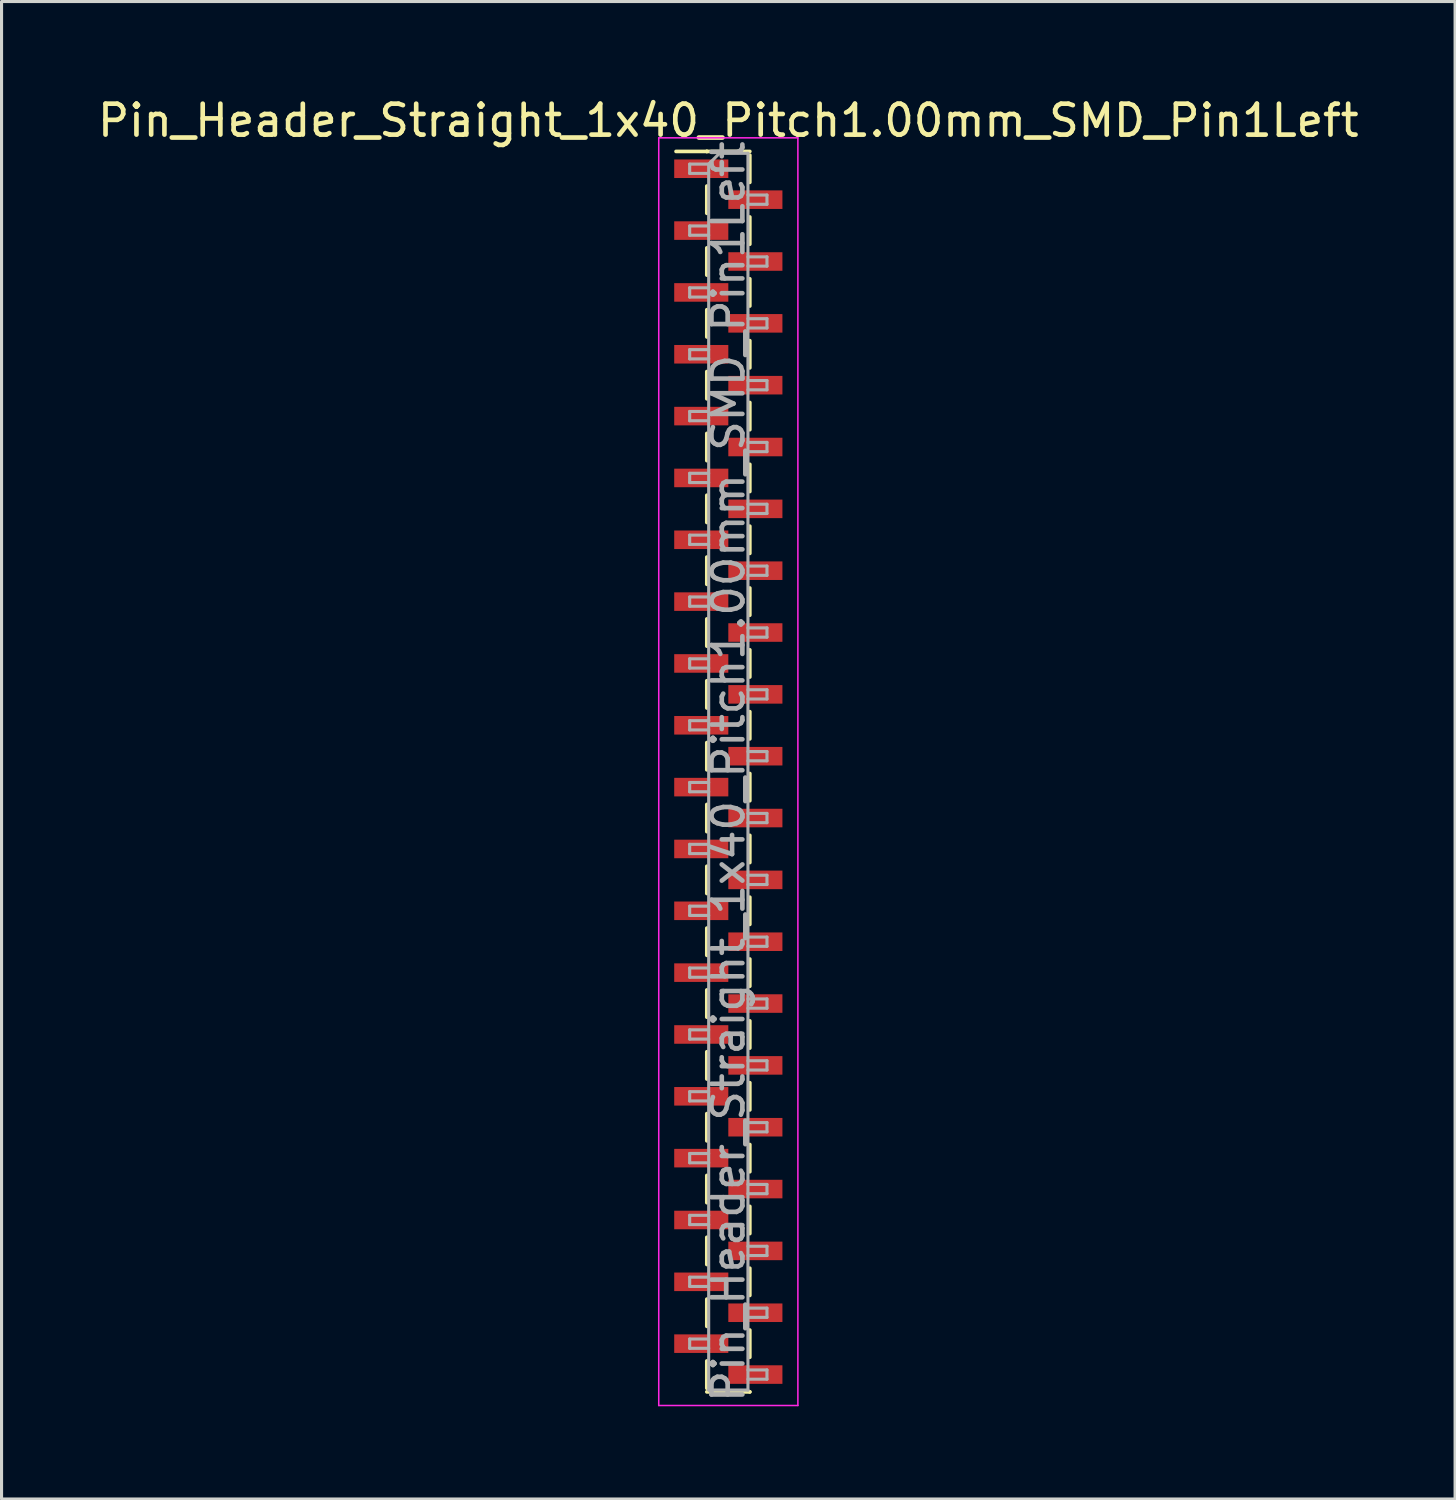
<source format=kicad_pcb>
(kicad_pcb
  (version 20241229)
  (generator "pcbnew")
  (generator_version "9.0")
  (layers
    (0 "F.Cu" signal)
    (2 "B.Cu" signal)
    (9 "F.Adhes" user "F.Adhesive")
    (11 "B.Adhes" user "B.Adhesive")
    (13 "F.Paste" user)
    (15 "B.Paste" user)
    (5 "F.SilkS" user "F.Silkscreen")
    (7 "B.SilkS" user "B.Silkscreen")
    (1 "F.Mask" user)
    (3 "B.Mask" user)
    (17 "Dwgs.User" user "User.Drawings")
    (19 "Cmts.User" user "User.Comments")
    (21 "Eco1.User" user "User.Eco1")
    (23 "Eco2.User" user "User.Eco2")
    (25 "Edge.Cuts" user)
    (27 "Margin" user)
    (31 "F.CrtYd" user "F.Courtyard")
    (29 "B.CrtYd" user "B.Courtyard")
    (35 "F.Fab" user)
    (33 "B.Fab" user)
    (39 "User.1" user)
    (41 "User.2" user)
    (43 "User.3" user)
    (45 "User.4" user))
  (footprint "Pin_Header_Straight_1x40_Pitch1.00mm_SMD_Pin1Left"
    (layer "F.Cu")
    (at 20.506 21.908)
    (property "Reference" "Pin_Header_Straight_1x40_Pitch1.00mm_SMD_Pin1Left" (at 0 -21.06 0) (layer "F.SilkS") (effects (font (size 1 1) (thickness 0.15))))
    (attr smd)
    (fp_line (start -0.695 -20.06) (end -1.69 -20.06) (stroke (width 0.12) (type solid)) (layer "F.SilkS"))
    (fp_line (start -0.695 -20.06) (end -0.695 -20.06) (stroke (width 0.12) (type solid)) (layer "F.SilkS"))
    (fp_line (start -0.695 -20.06) (end 0.695 -20.06) (stroke (width 0.12) (type solid)) (layer "F.SilkS"))
    (fp_line (start -0.695 -18.94) (end -0.695 -18.06) (stroke (width 0.12) (type solid)) (layer "F.SilkS"))
    (fp_line (start -0.695 -16.94) (end -0.695 -16.06) (stroke (width 0.12) (type solid)) (layer "F.SilkS"))
    (fp_line (start -0.695 -14.94) (end -0.695 -14.06) (stroke (width 0.12) (type solid)) (layer "F.SilkS"))
    (fp_line (start -0.695 -12.94) (end -0.695 -12.06) (stroke (width 0.12) (type solid)) (layer "F.SilkS"))
    (fp_line (start -0.695 -10.94) (end -0.695 -10.06) (stroke (width 0.12) (type solid)) (layer "F.SilkS"))
    (fp_line (start -0.695 -8.94) (end -0.695 -8.06) (stroke (width 0.12) (type solid)) (layer "F.SilkS"))
    (fp_line (start -0.695 -6.94) (end -0.695 -6.06) (stroke (width 0.12) (type solid)) (layer "F.SilkS"))
    (fp_line (start -0.695 -4.94) (end -0.695 -4.06) (stroke (width 0.12) (type solid)) (layer "F.SilkS"))
    (fp_line (start -0.695 -2.94) (end -0.695 -2.06) (stroke (width 0.12) (type solid)) (layer "F.SilkS"))
    (fp_line (start -0.695 -0.94) (end -0.695 -0.06) (stroke (width 0.12) (type solid)) (layer "F.SilkS"))
    (fp_line (start -0.695 1.06) (end -0.695 1.94) (stroke (width 0.12) (type solid)) (layer "F.SilkS"))
    (fp_line (start -0.695 3.06) (end -0.695 3.94) (stroke (width 0.12) (type solid)) (layer "F.SilkS"))
    (fp_line (start -0.695 5.06) (end -0.695 5.94) (stroke (width 0.12) (type solid)) (layer "F.SilkS"))
    (fp_line (start -0.695 7.06) (end -0.695 7.94) (stroke (width 0.12) (type solid)) (layer "F.SilkS"))
    (fp_line (start -0.695 9.06) (end -0.695 9.94) (stroke (width 0.12) (type solid)) (layer "F.SilkS"))
    (fp_line (start -0.695 11.06) (end -0.695 11.94) (stroke (width 0.12) (type solid)) (layer "F.SilkS"))
    (fp_line (start -0.695 13.06) (end -0.695 13.94) (stroke (width 0.12) (type solid)) (layer "F.SilkS"))
    (fp_line (start -0.695 15.06) (end -0.695 15.94) (stroke (width 0.12) (type solid)) (layer "F.SilkS"))
    (fp_line (start -0.695 17.06) (end -0.695 17.94) (stroke (width 0.12) (type solid)) (layer "F.SilkS"))
    (fp_line (start -0.695 19.06) (end -0.695 19.94) (stroke (width 0.12) (type solid)) (layer "F.SilkS"))
    (fp_line (start -0.695 20.06) (end 0.695 20.06) (stroke (width 0.12) (type solid)) (layer "F.SilkS"))
    (fp_line (start 0.695 -19.94) (end 0.695 -19.06) (stroke (width 0.12) (type solid)) (layer "F.SilkS"))
    (fp_line (start 0.695 -17.94) (end 0.695 -17.06) (stroke (width 0.12) (type solid)) (layer "F.SilkS"))
    (fp_line (start 0.695 -15.94) (end 0.695 -15.06) (stroke (width 0.12) (type solid)) (layer "F.SilkS"))
    (fp_line (start 0.695 -13.94) (end 0.695 -13.06) (stroke (width 0.12) (type solid)) (layer "F.SilkS"))
    (fp_line (start 0.695 -11.94) (end 0.695 -11.06) (stroke (width 0.12) (type solid)) (layer "F.SilkS"))
    (fp_line (start 0.695 -9.94) (end 0.695 -9.06) (stroke (width 0.12) (type solid)) (layer "F.SilkS"))
    (fp_line (start 0.695 -7.94) (end 0.695 -7.06) (stroke (width 0.12) (type solid)) (layer "F.SilkS"))
    (fp_line (start 0.695 -5.94) (end 0.695 -5.06) (stroke (width 0.12) (type solid)) (layer "F.SilkS"))
    (fp_line (start 0.695 -3.94) (end 0.695 -3.06) (stroke (width 0.12) (type solid)) (layer "F.SilkS"))
    (fp_line (start 0.695 -1.94) (end 0.695 -1.06) (stroke (width 0.12) (type solid)) (layer "F.SilkS"))
    (fp_line (start 0.695 0.06) (end 0.695 0.94) (stroke (width 0.12) (type solid)) (layer "F.SilkS"))
    (fp_line (start 0.695 2.06) (end 0.695 2.94) (stroke (width 0.12) (type solid)) (layer "F.SilkS"))
    (fp_line (start 0.695 4.06) (end 0.695 4.94) (stroke (width 0.12) (type solid)) (layer "F.SilkS"))
    (fp_line (start 0.695 6.06) (end 0.695 6.94) (stroke (width 0.12) (type solid)) (layer "F.SilkS"))
    (fp_line (start 0.695 8.06) (end 0.695 8.94) (stroke (width 0.12) (type solid)) (layer "F.SilkS"))
    (fp_line (start 0.695 10.06) (end 0.695 10.94) (stroke (width 0.12) (type solid)) (layer "F.SilkS"))
    (fp_line (start 0.695 12.06) (end 0.695 12.94) (stroke (width 0.12) (type solid)) (layer "F.SilkS"))
    (fp_line (start 0.695 14.06) (end 0.695 14.94) (stroke (width 0.12) (type solid)) (layer "F.SilkS"))
    (fp_line (start 0.695 16.06) (end 0.695 16.94) (stroke (width 0.12) (type solid)) (layer "F.SilkS"))
    (fp_line (start 0.695 18.06) (end 0.695 18.94) (stroke (width 0.12) (type solid)) (layer "F.SilkS"))
    (fp_line (start 0.695 20.06) (end 0.695 20.06) (stroke (width 0.12) (type solid)) (layer "F.SilkS"))
    (fp_line (start -2.25 -20.5) (end -2.25 20.5) (stroke (width 0.05) (type solid)) (layer "F.CrtYd"))
    (fp_line (start -2.25 20.5) (end 2.25 20.5) (stroke (width 0.05) (type solid)) (layer "F.CrtYd"))
    (fp_line (start 2.25 -20.5) (end -2.25 -20.5) (stroke (width 0.05) (type solid)) (layer "F.CrtYd"))
    (fp_line (start 2.25 20.5) (end 2.25 -20.5) (stroke (width 0.05) (type solid)) (layer "F.CrtYd"))
    (fp_line (start -1.25 -19.65) (end -1.25 -19.35) (stroke (width 0.1) (type solid)) (layer "F.Fab"))
    (fp_line (start -1.25 -19.35) (end -0.635 -19.35) (stroke (width 0.1) (type solid)) (layer "F.Fab"))
    (fp_line (start -1.25 -17.65) (end -1.25 -17.35) (stroke (width 0.1) (type solid)) (layer "F.Fab"))
    (fp_line (start -1.25 -17.35) (end -0.635 -17.35) (stroke (width 0.1) (type solid)) (layer "F.Fab"))
    (fp_line (start -1.25 -15.65) (end -1.25 -15.35) (stroke (width 0.1) (type solid)) (layer "F.Fab"))
    (fp_line (start -1.25 -15.35) (end -0.635 -15.35) (stroke (width 0.1) (type solid)) (layer "F.Fab"))
    (fp_line (start -1.25 -13.65) (end -1.25 -13.35) (stroke (width 0.1) (type solid)) (layer "F.Fab"))
    (fp_line (start -1.25 -13.35) (end -0.635 -13.35) (stroke (width 0.1) (type solid)) (layer "F.Fab"))
    (fp_line (start -1.25 -11.65) (end -1.25 -11.35) (stroke (width 0.1) (type solid)) (layer "F.Fab"))
    (fp_line (start -1.25 -11.35) (end -0.635 -11.35) (stroke (width 0.1) (type solid)) (layer "F.Fab"))
    (fp_line (start -1.25 -9.65) (end -1.25 -9.35) (stroke (width 0.1) (type solid)) (layer "F.Fab"))
    (fp_line (start -1.25 -9.35) (end -0.635 -9.35) (stroke (width 0.1) (type solid)) (layer "F.Fab"))
    (fp_line (start -1.25 -7.65) (end -1.25 -7.35) (stroke (width 0.1) (type solid)) (layer "F.Fab"))
    (fp_line (start -1.25 -7.35) (end -0.635 -7.35) (stroke (width 0.1) (type solid)) (layer "F.Fab"))
    (fp_line (start -1.25 -5.65) (end -1.25 -5.35) (stroke (width 0.1) (type solid)) (layer "F.Fab"))
    (fp_line (start -1.25 -5.35) (end -0.635 -5.35) (stroke (width 0.1) (type solid)) (layer "F.Fab"))
    (fp_line (start -1.25 -3.65) (end -1.25 -3.35) (stroke (width 0.1) (type solid)) (layer "F.Fab"))
    (fp_line (start -1.25 -3.35) (end -0.635 -3.35) (stroke (width 0.1) (type solid)) (layer "F.Fab"))
    (fp_line (start -1.25 -1.65) (end -1.25 -1.35) (stroke (width 0.1) (type solid)) (layer "F.Fab"))
    (fp_line (start -1.25 -1.35) (end -0.635 -1.35) (stroke (width 0.1) (type solid)) (layer "F.Fab"))
    (fp_line (start -1.25 0.35) (end -1.25 0.65) (stroke (width 0.1) (type solid)) (layer "F.Fab"))
    (fp_line (start -1.25 0.65) (end -0.635 0.65) (stroke (width 0.1) (type solid)) (layer "F.Fab"))
    (fp_line (start -1.25 2.35) (end -1.25 2.65) (stroke (width 0.1) (type solid)) (layer "F.Fab"))
    (fp_line (start -1.25 2.65) (end -0.635 2.65) (stroke (width 0.1) (type solid)) (layer "F.Fab"))
    (fp_line (start -1.25 4.35) (end -1.25 4.65) (stroke (width 0.1) (type solid)) (layer "F.Fab"))
    (fp_line (start -1.25 4.65) (end -0.635 4.65) (stroke (width 0.1) (type solid)) (layer "F.Fab"))
    (fp_line (start -1.25 6.35) (end -1.25 6.65) (stroke (width 0.1) (type solid)) (layer "F.Fab"))
    (fp_line (start -1.25 6.65) (end -0.635 6.65) (stroke (width 0.1) (type solid)) (layer "F.Fab"))
    (fp_line (start -1.25 8.35) (end -1.25 8.65) (stroke (width 0.1) (type solid)) (layer "F.Fab"))
    (fp_line (start -1.25 8.65) (end -0.635 8.65) (stroke (width 0.1) (type solid)) (layer "F.Fab"))
    (fp_line (start -1.25 10.35) (end -1.25 10.65) (stroke (width 0.1) (type solid)) (layer "F.Fab"))
    (fp_line (start -1.25 10.65) (end -0.635 10.65) (stroke (width 0.1) (type solid)) (layer "F.Fab"))
    (fp_line (start -1.25 12.35) (end -1.25 12.65) (stroke (width 0.1) (type solid)) (layer "F.Fab"))
    (fp_line (start -1.25 12.65) (end -0.635 12.65) (stroke (width 0.1) (type solid)) (layer "F.Fab"))
    (fp_line (start -1.25 14.35) (end -1.25 14.65) (stroke (width 0.1) (type solid)) (layer "F.Fab"))
    (fp_line (start -1.25 14.65) (end -0.635 14.65) (stroke (width 0.1) (type solid)) (layer "F.Fab"))
    (fp_line (start -1.25 16.35) (end -1.25 16.65) (stroke (width 0.1) (type solid)) (layer "F.Fab"))
    (fp_line (start -1.25 16.65) (end -0.635 16.65) (stroke (width 0.1) (type solid)) (layer "F.Fab"))
    (fp_line (start -1.25 18.35) (end -1.25 18.65) (stroke (width 0.1) (type solid)) (layer "F.Fab"))
    (fp_line (start -1.25 18.65) (end -0.635 18.65) (stroke (width 0.1) (type solid)) (layer "F.Fab"))
    (fp_line (start -0.635 -19.65) (end -1.25 -19.65) (stroke (width 0.1) (type solid)) (layer "F.Fab"))
    (fp_line (start -0.635 -19.65) (end -0.285 -20) (stroke (width 0.1) (type solid)) (layer "F.Fab"))
    (fp_line (start -0.635 -17.65) (end -1.25 -17.65) (stroke (width 0.1) (type solid)) (layer "F.Fab"))
    (fp_line (start -0.635 -15.65) (end -1.25 -15.65) (stroke (width 0.1) (type solid)) (layer "F.Fab"))
    (fp_line (start -0.635 -13.65) (end -1.25 -13.65) (stroke (width 0.1) (type solid)) (layer "F.Fab"))
    (fp_line (start -0.635 -11.65) (end -1.25 -11.65) (stroke (width 0.1) (type solid)) (layer "F.Fab"))
    (fp_line (start -0.635 -9.65) (end -1.25 -9.65) (stroke (width 0.1) (type solid)) (layer "F.Fab"))
    (fp_line (start -0.635 -7.65) (end -1.25 -7.65) (stroke (width 0.1) (type solid)) (layer "F.Fab"))
    (fp_line (start -0.635 -5.65) (end -1.25 -5.65) (stroke (width 0.1) (type solid)) (layer "F.Fab"))
    (fp_line (start -0.635 -3.65) (end -1.25 -3.65) (stroke (width 0.1) (type solid)) (layer "F.Fab"))
    (fp_line (start -0.635 -1.65) (end -1.25 -1.65) (stroke (width 0.1) (type solid)) (layer "F.Fab"))
    (fp_line (start -0.635 0.35) (end -1.25 0.35) (stroke (width 0.1) (type solid)) (layer "F.Fab"))
    (fp_line (start -0.635 2.35) (end -1.25 2.35) (stroke (width 0.1) (type solid)) (layer "F.Fab"))
    (fp_line (start -0.635 4.35) (end -1.25 4.35) (stroke (width 0.1) (type solid)) (layer "F.Fab"))
    (fp_line (start -0.635 6.35) (end -1.25 6.35) (stroke (width 0.1) (type solid)) (layer "F.Fab"))
    (fp_line (start -0.635 8.35) (end -1.25 8.35) (stroke (width 0.1) (type solid)) (layer "F.Fab"))
    (fp_line (start -0.635 10.35) (end -1.25 10.35) (stroke (width 0.1) (type solid)) (layer "F.Fab"))
    (fp_line (start -0.635 12.35) (end -1.25 12.35) (stroke (width 0.1) (type solid)) (layer "F.Fab"))
    (fp_line (start -0.635 14.35) (end -1.25 14.35) (stroke (width 0.1) (type solid)) (layer "F.Fab"))
    (fp_line (start -0.635 16.35) (end -1.25 16.35) (stroke (width 0.1) (type solid)) (layer "F.Fab"))
    (fp_line (start -0.635 18.35) (end -1.25 18.35) (stroke (width 0.1) (type solid)) (layer "F.Fab"))
    (fp_line (start -0.635 20) (end -0.635 -19.65) (stroke (width 0.1) (type solid)) (layer "F.Fab"))
    (fp_line (start -0.285 -20) (end 0.635 -20) (stroke (width 0.1) (type solid)) (layer "F.Fab"))
    (fp_line (start 0.635 -20) (end 0.635 20) (stroke (width 0.1) (type solid)) (layer "F.Fab"))
    (fp_line (start 0.635 -18.65) (end 1.25 -18.65) (stroke (width 0.1) (type solid)) (layer "F.Fab"))
    (fp_line (start 0.635 -16.65) (end 1.25 -16.65) (stroke (width 0.1) (type solid)) (layer "F.Fab"))
    (fp_line (start 0.635 -14.65) (end 1.25 -14.65) (stroke (width 0.1) (type solid)) (layer "F.Fab"))
    (fp_line (start 0.635 -12.65) (end 1.25 -12.65) (stroke (width 0.1) (type solid)) (layer "F.Fab"))
    (fp_line (start 0.635 -10.65) (end 1.25 -10.65) (stroke (width 0.1) (type solid)) (layer "F.Fab"))
    (fp_line (start 0.635 -8.65) (end 1.25 -8.65) (stroke (width 0.1) (type solid)) (layer "F.Fab"))
    (fp_line (start 0.635 -6.65) (end 1.25 -6.65) (stroke (width 0.1) (type solid)) (layer "F.Fab"))
    (fp_line (start 0.635 -4.65) (end 1.25 -4.65) (stroke (width 0.1) (type solid)) (layer "F.Fab"))
    (fp_line (start 0.635 -2.65) (end 1.25 -2.65) (stroke (width 0.1) (type solid)) (layer "F.Fab"))
    (fp_line (start 0.635 -0.65) (end 1.25 -0.65) (stroke (width 0.1) (type solid)) (layer "F.Fab"))
    (fp_line (start 0.635 1.35) (end 1.25 1.35) (stroke (width 0.1) (type solid)) (layer "F.Fab"))
    (fp_line (start 0.635 3.35) (end 1.25 3.35) (stroke (width 0.1) (type solid)) (layer "F.Fab"))
    (fp_line (start 0.635 5.35) (end 1.25 5.35) (stroke (width 0.1) (type solid)) (layer "F.Fab"))
    (fp_line (start 0.635 7.35) (end 1.25 7.35) (stroke (width 0.1) (type solid)) (layer "F.Fab"))
    (fp_line (start 0.635 9.35) (end 1.25 9.35) (stroke (width 0.1) (type solid)) (layer "F.Fab"))
    (fp_line (start 0.635 11.35) (end 1.25 11.35) (stroke (width 0.1) (type solid)) (layer "F.Fab"))
    (fp_line (start 0.635 13.35) (end 1.25 13.35) (stroke (width 0.1) (type solid)) (layer "F.Fab"))
    (fp_line (start 0.635 15.35) (end 1.25 15.35) (stroke (width 0.1) (type solid)) (layer "F.Fab"))
    (fp_line (start 0.635 17.35) (end 1.25 17.35) (stroke (width 0.1) (type solid)) (layer "F.Fab"))
    (fp_line (start 0.635 19.35) (end 1.25 19.35) (stroke (width 0.1) (type solid)) (layer "F.Fab"))
    (fp_line (start 0.635 20) (end -0.635 20) (stroke (width 0.1) (type solid)) (layer "F.Fab"))
    (fp_line (start 1.25 -18.65) (end 1.25 -18.35) (stroke (width 0.1) (type solid)) (layer "F.Fab"))
    (fp_line (start 1.25 -18.35) (end 0.635 -18.35) (stroke (width 0.1) (type solid)) (layer "F.Fab"))
    (fp_line (start 1.25 -16.65) (end 1.25 -16.35) (stroke (width 0.1) (type solid)) (layer "F.Fab"))
    (fp_line (start 1.25 -16.35) (end 0.635 -16.35) (stroke (width 0.1) (type solid)) (layer "F.Fab"))
    (fp_line (start 1.25 -14.65) (end 1.25 -14.35) (stroke (width 0.1) (type solid)) (layer "F.Fab"))
    (fp_line (start 1.25 -14.35) (end 0.635 -14.35) (stroke (width 0.1) (type solid)) (layer "F.Fab"))
    (fp_line (start 1.25 -12.65) (end 1.25 -12.35) (stroke (width 0.1) (type solid)) (layer "F.Fab"))
    (fp_line (start 1.25 -12.35) (end 0.635 -12.35) (stroke (width 0.1) (type solid)) (layer "F.Fab"))
    (fp_line (start 1.25 -10.65) (end 1.25 -10.35) (stroke (width 0.1) (type solid)) (layer "F.Fab"))
    (fp_line (start 1.25 -10.35) (end 0.635 -10.35) (stroke (width 0.1) (type solid)) (layer "F.Fab"))
    (fp_line (start 1.25 -8.65) (end 1.25 -8.35) (stroke (width 0.1) (type solid)) (layer "F.Fab"))
    (fp_line (start 1.25 -8.35) (end 0.635 -8.35) (stroke (width 0.1) (type solid)) (layer "F.Fab"))
    (fp_line (start 1.25 -6.65) (end 1.25 -6.35) (stroke (width 0.1) (type solid)) (layer "F.Fab"))
    (fp_line (start 1.25 -6.35) (end 0.635 -6.35) (stroke (width 0.1) (type solid)) (layer "F.Fab"))
    (fp_line (start 1.25 -4.65) (end 1.25 -4.35) (stroke (width 0.1) (type solid)) (layer "F.Fab"))
    (fp_line (start 1.25 -4.35) (end 0.635 -4.35) (stroke (width 0.1) (type solid)) (layer "F.Fab"))
    (fp_line (start 1.25 -2.65) (end 1.25 -2.35) (stroke (width 0.1) (type solid)) (layer "F.Fab"))
    (fp_line (start 1.25 -2.35) (end 0.635 -2.35) (stroke (width 0.1) (type solid)) (layer "F.Fab"))
    (fp_line (start 1.25 -0.65) (end 1.25 -0.35) (stroke (width 0.1) (type solid)) (layer "F.Fab"))
    (fp_line (start 1.25 -0.35) (end 0.635 -0.35) (stroke (width 0.1) (type solid)) (layer "F.Fab"))
    (fp_line (start 1.25 1.35) (end 1.25 1.65) (stroke (width 0.1) (type solid)) (layer "F.Fab"))
    (fp_line (start 1.25 1.65) (end 0.635 1.65) (stroke (width 0.1) (type solid)) (layer "F.Fab"))
    (fp_line (start 1.25 3.35) (end 1.25 3.65) (stroke (width 0.1) (type solid)) (layer "F.Fab"))
    (fp_line (start 1.25 3.65) (end 0.635 3.65) (stroke (width 0.1) (type solid)) (layer "F.Fab"))
    (fp_line (start 1.25 5.35) (end 1.25 5.65) (stroke (width 0.1) (type solid)) (layer "F.Fab"))
    (fp_line (start 1.25 5.65) (end 0.635 5.65) (stroke (width 0.1) (type solid)) (layer "F.Fab"))
    (fp_line (start 1.25 7.35) (end 1.25 7.65) (stroke (width 0.1) (type solid)) (layer "F.Fab"))
    (fp_line (start 1.25 7.65) (end 0.635 7.65) (stroke (width 0.1) (type solid)) (layer "F.Fab"))
    (fp_line (start 1.25 9.35) (end 1.25 9.65) (stroke (width 0.1) (type solid)) (layer "F.Fab"))
    (fp_line (start 1.25 9.65) (end 0.635 9.65) (stroke (width 0.1) (type solid)) (layer "F.Fab"))
    (fp_line (start 1.25 11.35) (end 1.25 11.65) (stroke (width 0.1) (type solid)) (layer "F.Fab"))
    (fp_line (start 1.25 11.65) (end 0.635 11.65) (stroke (width 0.1) (type solid)) (layer "F.Fab"))
    (fp_line (start 1.25 13.35) (end 1.25 13.65) (stroke (width 0.1) (type solid)) (layer "F.Fab"))
    (fp_line (start 1.25 13.65) (end 0.635 13.65) (stroke (width 0.1) (type solid)) (layer "F.Fab"))
    (fp_line (start 1.25 15.35) (end 1.25 15.65) (stroke (width 0.1) (type solid)) (layer "F.Fab"))
    (fp_line (start 1.25 15.65) (end 0.635 15.65) (stroke (width 0.1) (type solid)) (layer "F.Fab"))
    (fp_line (start 1.25 17.35) (end 1.25 17.65) (stroke (width 0.1) (type solid)) (layer "F.Fab"))
    (fp_line (start 1.25 17.65) (end 0.635 17.65) (stroke (width 0.1) (type solid)) (layer "F.Fab"))
    (fp_line (start 1.25 19.35) (end 1.25 19.65) (stroke (width 0.1) (type solid)) (layer "F.Fab"))
    (fp_line (start 1.25 19.65) (end 0.635 19.65) (stroke (width 0.1) (type solid)) (layer "F.Fab"))
    (fp_text user "${REFERENCE}" (at 0 0 90) (layer "F.Fab") (effects (font (size 1 1) (thickness 0.15))))
    (pad "1" smd rect (at -0.875 -19.5) (size 1.75 0.6) (layers "F.Cu" "F.Mask" "F.Paste"))
    (pad "2" smd rect (at 0.875 -18.5) (size 1.75 0.6) (layers "F.Cu" "F.Mask" "F.Paste"))
    (pad "3" smd rect (at -0.875 -17.5) (size 1.75 0.6) (layers "F.Cu" "F.Mask" "F.Paste"))
    (pad "4" smd rect (at 0.875 -16.5) (size 1.75 0.6) (layers "F.Cu" "F.Mask" "F.Paste"))
    (pad "5" smd rect (at -0.875 -15.5) (size 1.75 0.6) (layers "F.Cu" "F.Mask" "F.Paste"))
    (pad "6" smd rect (at 0.875 -14.5) (size 1.75 0.6) (layers "F.Cu" "F.Mask" "F.Paste"))
    (pad "7" smd rect (at -0.875 -13.5) (size 1.75 0.6) (layers "F.Cu" "F.Mask" "F.Paste"))
    (pad "8" smd rect (at 0.875 -12.5) (size 1.75 0.6) (layers "F.Cu" "F.Mask" "F.Paste"))
    (pad "9" smd rect (at -0.875 -11.5) (size 1.75 0.6) (layers "F.Cu" "F.Mask" "F.Paste"))
    (pad "10" smd rect (at 0.875 -10.5) (size 1.75 0.6) (layers "F.Cu" "F.Mask" "F.Paste"))
    (pad "11" smd rect (at -0.875 -9.5) (size 1.75 0.6) (layers "F.Cu" "F.Mask" "F.Paste"))
    (pad "12" smd rect (at 0.875 -8.5) (size 1.75 0.6) (layers "F.Cu" "F.Mask" "F.Paste"))
    (pad "13" smd rect (at -0.875 -7.5) (size 1.75 0.6) (layers "F.Cu" "F.Mask" "F.Paste"))
    (pad "14" smd rect (at 0.875 -6.5) (size 1.75 0.6) (layers "F.Cu" "F.Mask" "F.Paste"))
    (pad "15" smd rect (at -0.875 -5.5) (size 1.75 0.6) (layers "F.Cu" "F.Mask" "F.Paste"))
    (pad "16" smd rect (at 0.875 -4.5) (size 1.75 0.6) (layers "F.Cu" "F.Mask" "F.Paste"))
    (pad "17" smd rect (at -0.875 -3.5) (size 1.75 0.6) (layers "F.Cu" "F.Mask" "F.Paste"))
    (pad "18" smd rect (at 0.875 -2.5) (size 1.75 0.6) (layers "F.Cu" "F.Mask" "F.Paste"))
    (pad "19" smd rect (at -0.875 -1.5) (size 1.75 0.6) (layers "F.Cu" "F.Mask" "F.Paste"))
    (pad "20" smd rect (at 0.875 -0.5) (size 1.75 0.6) (layers "F.Cu" "F.Mask" "F.Paste"))
    (pad "21" smd rect (at -0.875 0.5) (size 1.75 0.6) (layers "F.Cu" "F.Mask" "F.Paste"))
    (pad "22" smd rect (at 0.875 1.5) (size 1.75 0.6) (layers "F.Cu" "F.Mask" "F.Paste"))
    (pad "23" smd rect (at -0.875 2.5) (size 1.75 0.6) (layers "F.Cu" "F.Mask" "F.Paste"))
    (pad "24" smd rect (at 0.875 3.5) (size 1.75 0.6) (layers "F.Cu" "F.Mask" "F.Paste"))
    (pad "25" smd rect (at -0.875 4.5) (size 1.75 0.6) (layers "F.Cu" "F.Mask" "F.Paste"))
    (pad "26" smd rect (at 0.875 5.5) (size 1.75 0.6) (layers "F.Cu" "F.Mask" "F.Paste"))
    (pad "27" smd rect (at -0.875 6.5) (size 1.75 0.6) (layers "F.Cu" "F.Mask" "F.Paste"))
    (pad "28" smd rect (at 0.875 7.5) (size 1.75 0.6) (layers "F.Cu" "F.Mask" "F.Paste"))
    (pad "29" smd rect (at -0.875 8.5) (size 1.75 0.6) (layers "F.Cu" "F.Mask" "F.Paste"))
    (pad "30" smd rect (at 0.875 9.5) (size 1.75 0.6) (layers "F.Cu" "F.Mask" "F.Paste"))
    (pad "31" smd rect (at -0.875 10.5) (size 1.75 0.6) (layers "F.Cu" "F.Mask" "F.Paste"))
    (pad "32" smd rect (at 0.875 11.5) (size 1.75 0.6) (layers "F.Cu" "F.Mask" "F.Paste"))
    (pad "33" smd rect (at -0.875 12.5) (size 1.75 0.6) (layers "F.Cu" "F.Mask" "F.Paste"))
    (pad "34" smd rect (at 0.875 13.5) (size 1.75 0.6) (layers "F.Cu" "F.Mask" "F.Paste"))
    (pad "35" smd rect (at -0.875 14.5) (size 1.75 0.6) (layers "F.Cu" "F.Mask" "F.Paste"))
    (pad "36" smd rect (at 0.875 15.5) (size 1.75 0.6) (layers "F.Cu" "F.Mask" "F.Paste"))
    (pad "37" smd rect (at -0.875 16.5) (size 1.75 0.6) (layers "F.Cu" "F.Mask" "F.Paste"))
    (pad "38" smd rect (at 0.875 17.5) (size 1.75 0.6) (layers "F.Cu" "F.Mask" "F.Paste"))
    (pad "39" smd rect (at -0.875 18.5) (size 1.75 0.6) (layers "F.Cu" "F.Mask" "F.Paste"))
    (pad "40" smd rect (at 0.875 19.5) (size 1.75 0.6) (layers "F.Cu" "F.Mask" "F.Paste")))
  (gr_rect
    (start -3 -3)
    (end 44.012 45.433)
    (stroke (width 0.1) (type default))
    (fill no)
    (layer "Edge.Cuts")))
</source>
